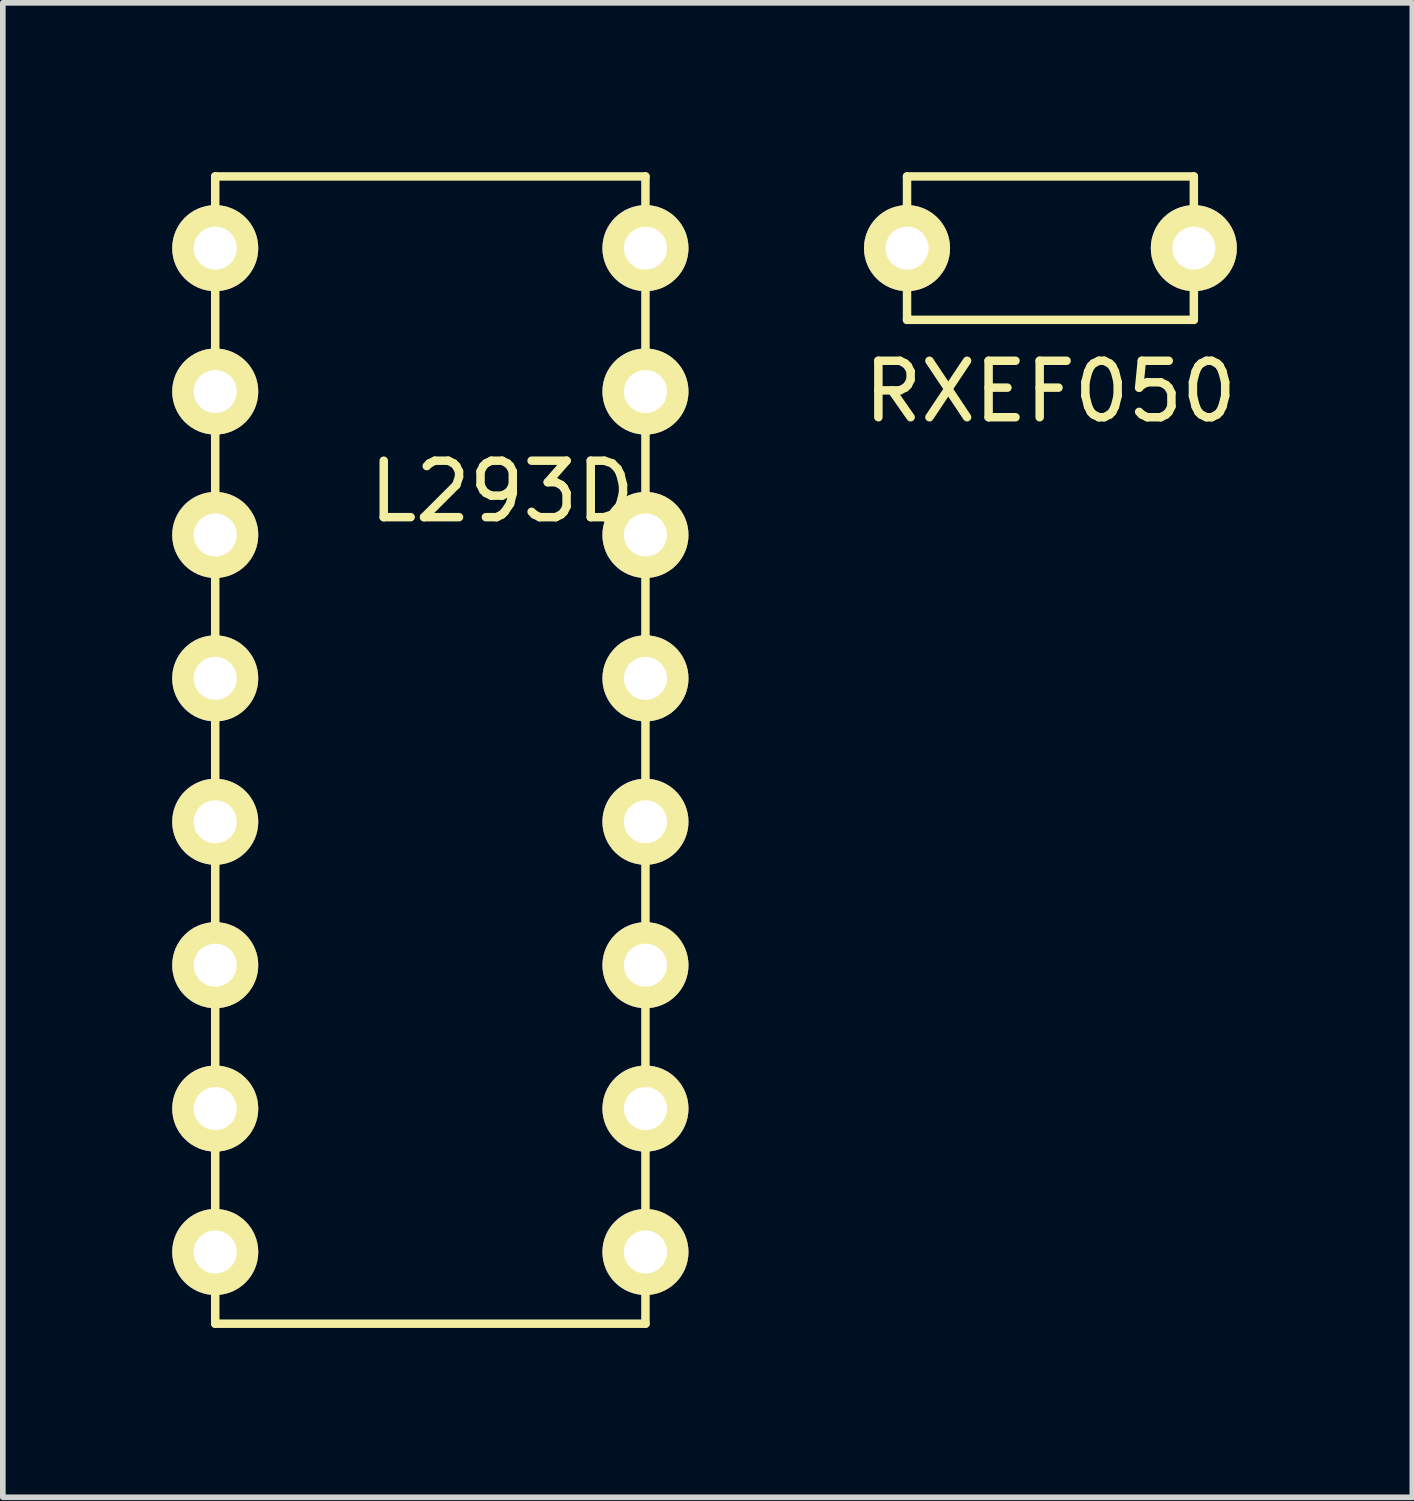
<source format=kicad_pcb>
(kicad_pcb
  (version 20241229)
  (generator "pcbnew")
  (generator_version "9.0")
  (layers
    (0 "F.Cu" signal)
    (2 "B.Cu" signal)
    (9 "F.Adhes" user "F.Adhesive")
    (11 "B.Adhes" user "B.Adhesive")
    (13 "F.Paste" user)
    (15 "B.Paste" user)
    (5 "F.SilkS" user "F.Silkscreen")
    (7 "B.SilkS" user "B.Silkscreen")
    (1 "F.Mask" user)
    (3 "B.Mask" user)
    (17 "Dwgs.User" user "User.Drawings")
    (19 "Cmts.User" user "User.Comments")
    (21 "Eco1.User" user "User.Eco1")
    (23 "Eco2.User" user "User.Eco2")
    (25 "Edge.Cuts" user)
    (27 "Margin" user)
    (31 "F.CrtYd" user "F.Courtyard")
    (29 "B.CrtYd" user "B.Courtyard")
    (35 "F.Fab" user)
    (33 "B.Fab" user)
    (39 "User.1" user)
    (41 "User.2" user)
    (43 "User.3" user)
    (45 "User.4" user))
  (footprint "L293D"
    (layer "F.Cu")
    (at 0.762 1.345)
    (property "Reference" "L293D" (at 5.08 4.31 0) (layer "F.SilkS") (effects (font (size 1 1) (thickness 0.15))))
    (attr through_hole)
    (fp_line (start 0 -1.27) (end 7.62 -1.27) (stroke (width 0.15) (type solid)) (layer "F.SilkS"))
    (fp_line (start 0 19.05) (end 0 -1.27) (stroke (width 0.15) (type solid)) (layer "F.SilkS"))
    (fp_line (start 7.62 -1.27) (end 7.62 19.05) (stroke (width 0.15) (type solid)) (layer "F.SilkS"))
    (fp_line (start 7.62 19.05) (end 0 19.05) (stroke (width 0.15) (type solid)) (layer "F.SilkS"))
    (pad "1" thru_hole circle (at 0 0) (size 1.524 1.524) (drill 0.762) (layers "*.Cu" "*.Mask" "F.SilkS"))
    (pad "2" thru_hole circle (at 0 2.54) (size 1.524 1.524) (drill 0.762) (layers "*.Cu" "*.Mask" "F.SilkS"))
    (pad "3" thru_hole circle (at 0 5.08) (size 1.524 1.524) (drill 0.762) (layers "*.Cu" "*.Mask" "F.SilkS"))
    (pad "4" thru_hole circle (at 0 7.62) (size 1.524 1.524) (drill 0.762) (layers "*.Cu" "*.Mask" "F.SilkS"))
    (pad "5" thru_hole circle (at 0 10.16) (size 1.524 1.524) (drill 0.762) (layers "*.Cu" "*.Mask" "F.SilkS"))
    (pad "6" thru_hole circle (at 0 12.7) (size 1.524 1.524) (drill 0.762) (layers "*.Cu" "*.Mask" "F.SilkS"))
    (pad "7" thru_hole circle (at 0 15.24) (size 1.524 1.524) (drill 0.762) (layers "*.Cu" "*.Mask" "F.SilkS"))
    (pad "8" thru_hole circle (at 0 17.78) (size 1.524 1.524) (drill 0.762) (layers "*.Cu" "*.Mask" "F.SilkS"))
    (pad "9" thru_hole circle (at 7.62 17.78) (size 1.524 1.524) (drill 0.762) (layers "*.Cu" "*.Mask" "F.SilkS"))
    (pad "10" thru_hole circle (at 7.62 15.24) (size 1.524 1.524) (drill 0.762) (layers "*.Cu" "*.Mask" "F.SilkS"))
    (pad "11" thru_hole circle (at 7.62 12.7) (size 1.524 1.524) (drill 0.762) (layers "*.Cu" "*.Mask" "F.SilkS"))
    (pad "12" thru_hole circle (at 7.62 10.16) (size 1.524 1.524) (drill 0.762) (layers "*.Cu" "*.Mask" "F.SilkS"))
    (pad "13" thru_hole circle (at 7.62 7.62) (size 1.524 1.524) (drill 0.762) (layers "*.Cu" "*.Mask" "F.SilkS"))
    (pad "14" thru_hole circle (at 7.62 5.08) (size 1.524 1.524) (drill 0.762) (layers "*.Cu" "*.Mask" "F.SilkS"))
    (pad "15" thru_hole circle (at 7.62 2.54) (size 1.524 1.524) (drill 0.762) (layers "*.Cu" "*.Mask" "F.SilkS"))
    (pad "16" thru_hole circle (at 7.62 0) (size 1.524 1.524) (drill 0.762) (layers "*.Cu" "*.Mask" "F.SilkS")))
  (footprint "RXEF050"
    (layer "F.Cu")
    (at 13.015 1.345)
    (property "Reference" "RXEF050" (at 2.54 2.54 0) (layer "F.SilkS") (effects (font (size 1 1) (thickness 0.15))))
    (attr through_hole)
    (fp_line (start 0 -1.27) (end 0 1.27) (stroke (width 0.15) (type solid)) (layer "F.SilkS"))
    (fp_line (start 0 1.27) (end 5.08 1.27) (stroke (width 0.15) (type solid)) (layer "F.SilkS"))
    (fp_line (start 5.08 -1.27) (end 0 -1.27) (stroke (width 0.15) (type solid)) (layer "F.SilkS"))
    (fp_line (start 5.08 1.27) (end 5.08 -1.27) (stroke (width 0.15) (type solid)) (layer "F.SilkS"))
    (pad "1" thru_hole circle (at 0 0) (size 1.524 1.524) (drill 0.762) (layers "*.Cu" "*.Mask" "F.SilkS"))
    (pad "2" thru_hole circle (at 5.08 0) (size 1.524 1.524) (drill 0.762) (layers "*.Cu" "*.Mask" "F.SilkS")))
  (gr_rect
    (start -3 -3)
    (end 21.965 23.47)
    (stroke (width 0.1) (type default))
    (fill no)
    (layer "Edge.Cuts")))
</source>
